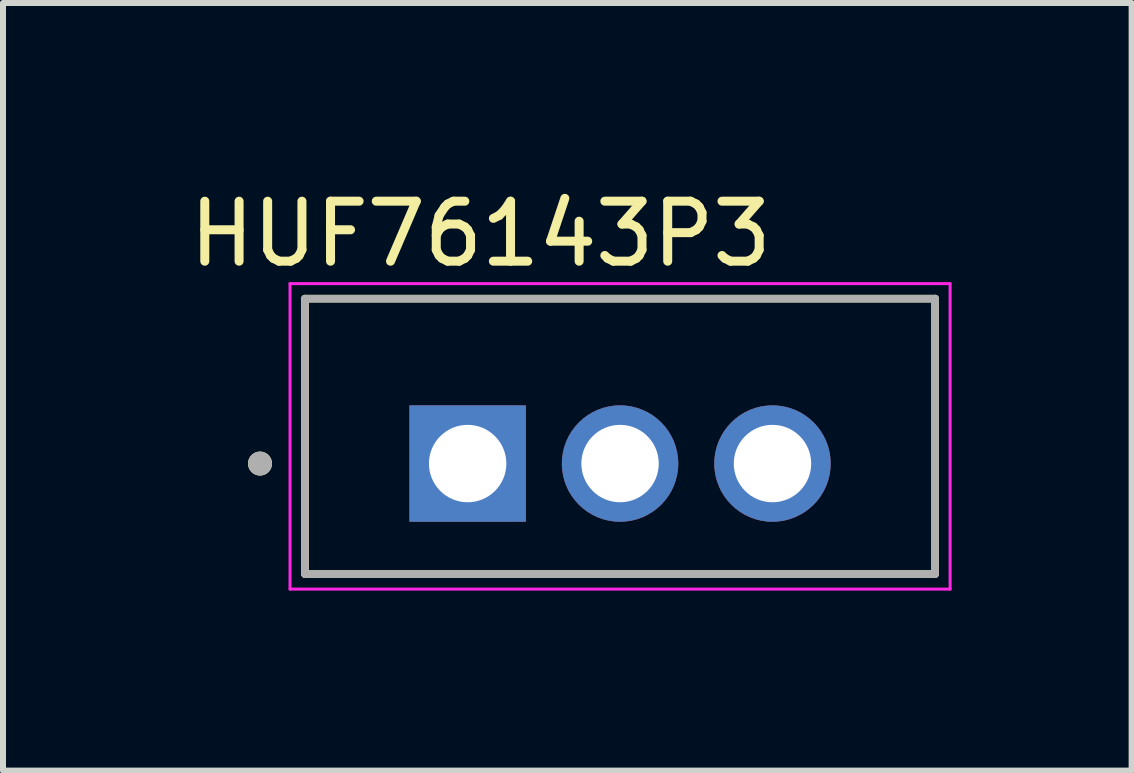
<source format=kicad_pcb>
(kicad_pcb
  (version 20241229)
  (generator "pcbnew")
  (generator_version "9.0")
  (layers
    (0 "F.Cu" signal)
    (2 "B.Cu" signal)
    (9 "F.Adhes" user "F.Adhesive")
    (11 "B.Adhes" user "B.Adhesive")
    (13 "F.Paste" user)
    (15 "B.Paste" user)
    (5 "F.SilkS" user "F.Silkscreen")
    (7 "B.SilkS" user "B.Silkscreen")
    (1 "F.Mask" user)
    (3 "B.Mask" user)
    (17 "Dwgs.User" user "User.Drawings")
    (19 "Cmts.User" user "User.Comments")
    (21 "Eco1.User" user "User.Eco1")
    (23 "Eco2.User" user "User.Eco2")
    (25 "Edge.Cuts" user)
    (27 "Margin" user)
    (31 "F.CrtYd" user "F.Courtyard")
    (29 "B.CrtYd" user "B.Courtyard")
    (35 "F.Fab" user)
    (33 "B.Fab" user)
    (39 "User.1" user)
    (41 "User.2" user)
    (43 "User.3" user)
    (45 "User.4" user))
  (footprint "HUF76143P3"
    (layer "F.Cu")
    (at 7.283 4.222)
    (property "Reference" "HUF76143P3" (at -2.325 -3.374 0) (layer "F.SilkS") (effects (font (size 1 1) (thickness 0.15))))
    (attr through_hole)
    (fp_line (start -5.25 -2.295) (end 5.25 -2.295) (stroke (width 0.127) (type solid)) (layer "F.SilkS"))
    (fp_line (start -5.25 2.295) (end -5.25 -2.295) (stroke (width 0.127) (type solid)) (layer "F.SilkS"))
    (fp_line (start 5.25 -2.295) (end 5.25 2.295) (stroke (width 0.127) (type solid)) (layer "F.SilkS"))
    (fp_line (start 5.25 2.295) (end -5.25 2.295) (stroke (width 0.127) (type solid)) (layer "F.SilkS"))
    (fp_circle (center -6 0.453) (end -5.9 0.453) (stroke (width 0.2) (type solid)) (fill no) (layer "F.SilkS"))
    (fp_line (start -5.5 -2.545) (end -5.5 2.545) (stroke (width 0.05) (type solid)) (layer "F.CrtYd"))
    (fp_line (start -5.5 2.545) (end 5.5 2.545) (stroke (width 0.05) (type solid)) (layer "F.CrtYd"))
    (fp_line (start 5.5 -2.545) (end -5.5 -2.545) (stroke (width 0.05) (type solid)) (layer "F.CrtYd"))
    (fp_line (start 5.5 2.545) (end 5.5 -2.545) (stroke (width 0.05) (type solid)) (layer "F.CrtYd"))
    (fp_line (start -5.25 -2.295) (end 5.25 -2.295) (stroke (width 0.127) (type solid)) (layer "F.Fab"))
    (fp_line (start -5.25 2.295) (end -5.25 -2.295) (stroke (width 0.127) (type solid)) (layer "F.Fab"))
    (fp_line (start 5.25 -2.295) (end 5.25 2.295) (stroke (width 0.127) (type solid)) (layer "F.Fab"))
    (fp_line (start 5.25 2.295) (end -5.25 2.295) (stroke (width 0.127) (type solid)) (layer "F.Fab"))
    (fp_circle (center -6 0.453) (end -5.9 0.453) (stroke (width 0.2) (type solid)) (fill no) (layer "F.Fab"))
    (pad "1" thru_hole rect (at -2.54 0.453) (size 1.94 1.94) (drill 1.29) (layers "*.Cu" "*.Mask"))
    (pad "2" thru_hole circle (at 0 0.453) (size 1.94 1.94) (drill 1.29) (layers "*.Cu" "*.Mask"))
    (pad "3" thru_hole circle (at 2.54 0.453) (size 1.94 1.94) (drill 1.29) (layers "*.Cu" "*.Mask")))
  (gr_rect
    (start -3 -3)
    (end 15.808 9.792)
    (stroke (width 0.1) (type default))
    (fill no)
    (layer "Edge.Cuts")))
</source>
